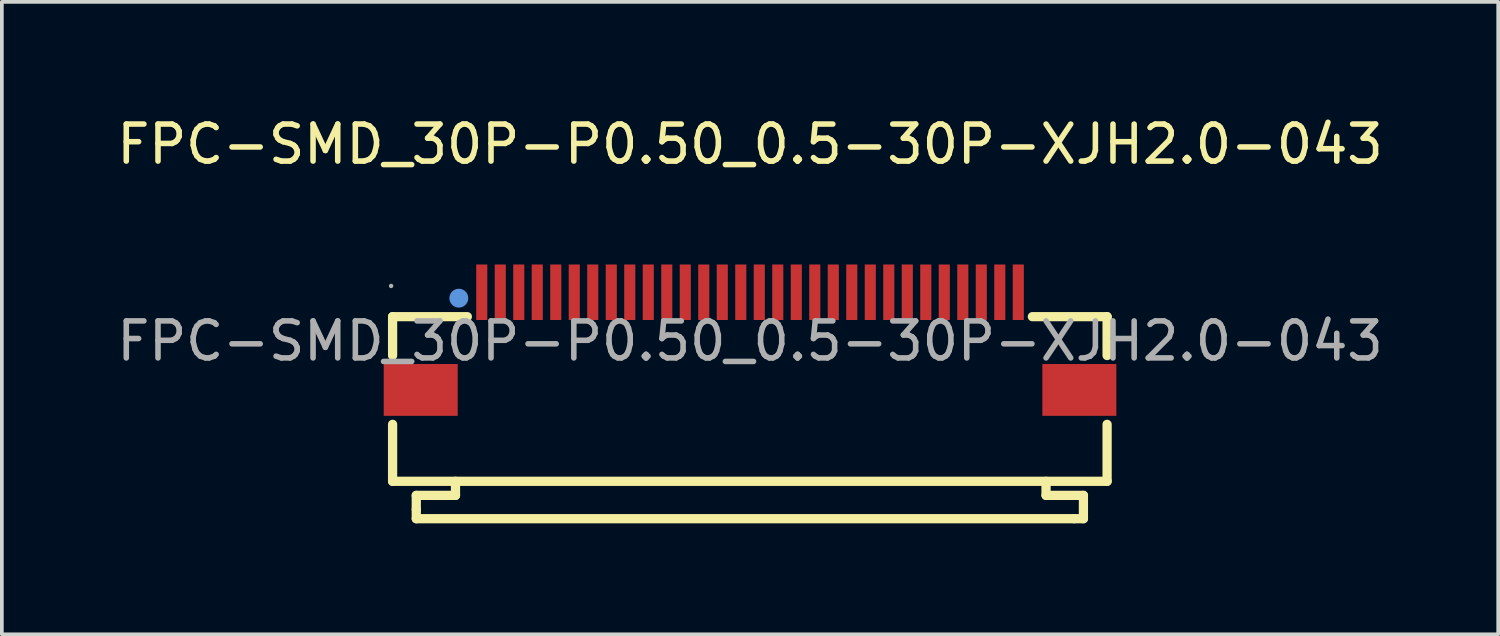
<source format=kicad_pcb>
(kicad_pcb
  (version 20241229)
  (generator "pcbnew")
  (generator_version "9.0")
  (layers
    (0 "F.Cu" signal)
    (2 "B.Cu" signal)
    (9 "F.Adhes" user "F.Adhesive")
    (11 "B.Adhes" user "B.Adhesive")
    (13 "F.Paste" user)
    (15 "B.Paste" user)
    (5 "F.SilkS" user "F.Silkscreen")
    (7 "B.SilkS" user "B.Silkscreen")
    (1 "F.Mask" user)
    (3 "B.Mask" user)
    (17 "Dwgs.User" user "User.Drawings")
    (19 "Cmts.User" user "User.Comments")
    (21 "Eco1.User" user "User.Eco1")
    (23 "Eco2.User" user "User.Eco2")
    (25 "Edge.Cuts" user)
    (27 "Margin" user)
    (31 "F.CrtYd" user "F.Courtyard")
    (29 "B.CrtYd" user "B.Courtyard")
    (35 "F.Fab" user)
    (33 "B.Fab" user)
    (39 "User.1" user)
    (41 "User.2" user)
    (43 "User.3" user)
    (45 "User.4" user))
  (footprint "FPC-SMD_30P-P0.50_0.5-30P-XJH2.0-043"
    (layer "F.Cu")
    (at 17.22 6.168)
    (property "Reference" "FPC-SMD_30P-P0.50_0.5-30P-XJH2.0-043" (at 0 -5.32 0) (layer "F.SilkS") (effects (font (size 1 1) (thickness 0.15))))
    (attr smd)
    (fp_line (start -9.66 -0.66) (end -7.64 -0.66) (stroke (width 0.25) (type solid)) (layer "F.SilkS"))
    (fp_line (start -9.66 0.39) (end -9.66 -0.66) (stroke (width 0.25) (type solid)) (layer "F.SilkS"))
    (fp_line (start -9.66 3.79) (end -9.66 2.25) (stroke (width 0.25) (type solid)) (layer "F.SilkS"))
    (fp_line (start -9.02 4.17) (end -9.02 4.55) (stroke (width 0.25) (type solid)) (layer "F.SilkS"))
    (fp_line (start -9.02 4.55) (end -9.02 4.8) (stroke (width 0.25) (type solid)) (layer "F.SilkS"))
    (fp_line (start -9.02 4.8) (end 8.76 4.8) (stroke (width 0.25) (type solid)) (layer "F.SilkS"))
    (fp_line (start -7.96 3.79) (end -7.96 4.17) (stroke (width 0.25) (type solid)) (layer "F.SilkS"))
    (fp_line (start -7.96 4.17) (end -9.02 4.17) (stroke (width 0.25) (type solid)) (layer "F.SilkS"))
    (fp_line (start 7.63 -0.66) (end 9.65 -0.66) (stroke (width 0.25) (type solid)) (layer "F.SilkS"))
    (fp_line (start 8 4.17) (end 8 3.79) (stroke (width 0.25) (type solid)) (layer "F.SilkS"))
    (fp_line (start 8.76 4.8) (end 9.01 4.8) (stroke (width 0.25) (type solid)) (layer "F.SilkS"))
    (fp_line (start 9.01 4.17) (end 8 4.17) (stroke (width 0.25) (type solid)) (layer "F.SilkS"))
    (fp_line (start 9.01 4.8) (end 9.01 4.17) (stroke (width 0.25) (type solid)) (layer "F.SilkS"))
    (fp_line (start 9.65 -0.66) (end 9.65 0.39) (stroke (width 0.25) (type solid)) (layer "F.SilkS"))
    (fp_line (start 9.65 2.25) (end 9.65 3.79) (stroke (width 0.25) (type solid)) (layer "F.SilkS"))
    (fp_line (start 9.65 3.79) (end -9.66 3.79) (stroke (width 0.25) (type solid)) (layer "F.SilkS"))
    (fp_circle (center -7.87 -1.16) (end -7.74 -1.16) (stroke (width 0.25) (type solid)) (fill no) (layer "Cmts.User"))
    (fp_circle (center -9.7 -1.49) (end -9.67 -1.49) (stroke (width 0.06) (type solid)) (fill no) (layer "F.Fab"))
    (fp_text user "${REFERENCE}" (at 0 0 0) (layer "F.Fab") (effects (font (size 1 1) (thickness 0.15))))
    (pad "1" smd rect (at -7.25 -1.32) (size 0.3 1.5) (layers "F.Cu" "F.Mask" "F.Paste"))
    (pad "2" smd rect (at -6.75 -1.32) (size 0.3 1.5) (layers "F.Cu" "F.Mask" "F.Paste"))
    (pad "3" smd rect (at -6.25 -1.32) (size 0.3 1.5) (layers "F.Cu" "F.Mask" "F.Paste"))
    (pad "4" smd rect (at -5.75 -1.32) (size 0.3 1.5) (layers "F.Cu" "F.Mask" "F.Paste"))
    (pad "5" smd rect (at -5.25 -1.32) (size 0.3 1.5) (layers "F.Cu" "F.Mask" "F.Paste"))
    (pad "6" smd rect (at -4.75 -1.32) (size 0.3 1.5) (layers "F.Cu" "F.Mask" "F.Paste"))
    (pad "7" smd rect (at -4.25 -1.32) (size 0.3 1.5) (layers "F.Cu" "F.Mask" "F.Paste"))
    (pad "8" smd rect (at -3.75 -1.32) (size 0.3 1.5) (layers "F.Cu" "F.Mask" "F.Paste"))
    (pad "9" smd rect (at -3.25 -1.32) (size 0.3 1.5) (layers "F.Cu" "F.Mask" "F.Paste"))
    (pad "10" smd rect (at -2.75 -1.32) (size 0.3 1.5) (layers "F.Cu" "F.Mask" "F.Paste"))
    (pad "11" smd rect (at -2.25 -1.32) (size 0.3 1.5) (layers "F.Cu" "F.Mask" "F.Paste"))
    (pad "12" smd rect (at -1.75 -1.32) (size 0.3 1.5) (layers "F.Cu" "F.Mask" "F.Paste"))
    (pad "13" smd rect (at -1.25 -1.32) (size 0.3 1.5) (layers "F.Cu" "F.Mask" "F.Paste"))
    (pad "14" smd rect (at -0.75 -1.32) (size 0.3 1.5) (layers "F.Cu" "F.Mask" "F.Paste"))
    (pad "15" smd rect (at -0.25 -1.32) (size 0.3 1.5) (layers "F.Cu" "F.Mask" "F.Paste"))
    (pad "16" smd rect (at 0.25 -1.32) (size 0.3 1.5) (layers "F.Cu" "F.Mask" "F.Paste"))
    (pad "17" smd rect (at 0.75 -1.32) (size 0.3 1.5) (layers "F.Cu" "F.Mask" "F.Paste"))
    (pad "18" smd rect (at 1.25 -1.32) (size 0.3 1.5) (layers "F.Cu" "F.Mask" "F.Paste"))
    (pad "19" smd rect (at 1.75 -1.32) (size 0.3 1.5) (layers "F.Cu" "F.Mask" "F.Paste"))
    (pad "20" smd rect (at 2.25 -1.32) (size 0.3 1.5) (layers "F.Cu" "F.Mask" "F.Paste"))
    (pad "21" smd rect (at 2.75 -1.32) (size 0.3 1.5) (layers "F.Cu" "F.Mask" "F.Paste"))
    (pad "22" smd rect (at 3.25 -1.32) (size 0.3 1.5) (layers "F.Cu" "F.Mask" "F.Paste"))
    (pad "23" smd rect (at 3.75 -1.32) (size 0.3 1.5) (layers "F.Cu" "F.Mask" "F.Paste"))
    (pad "24" smd rect (at 4.25 -1.32) (size 0.3 1.5) (layers "F.Cu" "F.Mask" "F.Paste"))
    (pad "25" smd rect (at 4.75 -1.32) (size 0.3 1.5) (layers "F.Cu" "F.Mask" "F.Paste"))
    (pad "26" smd rect (at 5.25 -1.32) (size 0.3 1.5) (layers "F.Cu" "F.Mask" "F.Paste"))
    (pad "27" smd rect (at 5.75 -1.32) (size 0.3 1.5) (layers "F.Cu" "F.Mask" "F.Paste"))
    (pad "28" smd rect (at 6.25 -1.32) (size 0.3 1.5) (layers "F.Cu" "F.Mask" "F.Paste"))
    (pad "29" smd rect (at 6.75 -1.32) (size 0.3 1.5) (layers "F.Cu" "F.Mask" "F.Paste"))
    (pad "30" smd rect (at 7.25 -1.32) (size 0.3 1.5) (layers "F.Cu" "F.Mask" "F.Paste"))
    (pad "31" smd rect (at -8.9 1.32) (size 2 1.4) (layers "F.Cu" "F.Mask" "F.Paste"))
    (pad "32" smd rect (at 8.9 1.32) (size 2 1.4) (layers "F.Cu" "F.Mask" "F.Paste")))
  (gr_rect
    (start -3 -3)
    (end 37.44 14.093)
    (stroke (width 0.1) (type default))
    (fill no)
    (layer "Edge.Cuts")))
</source>
